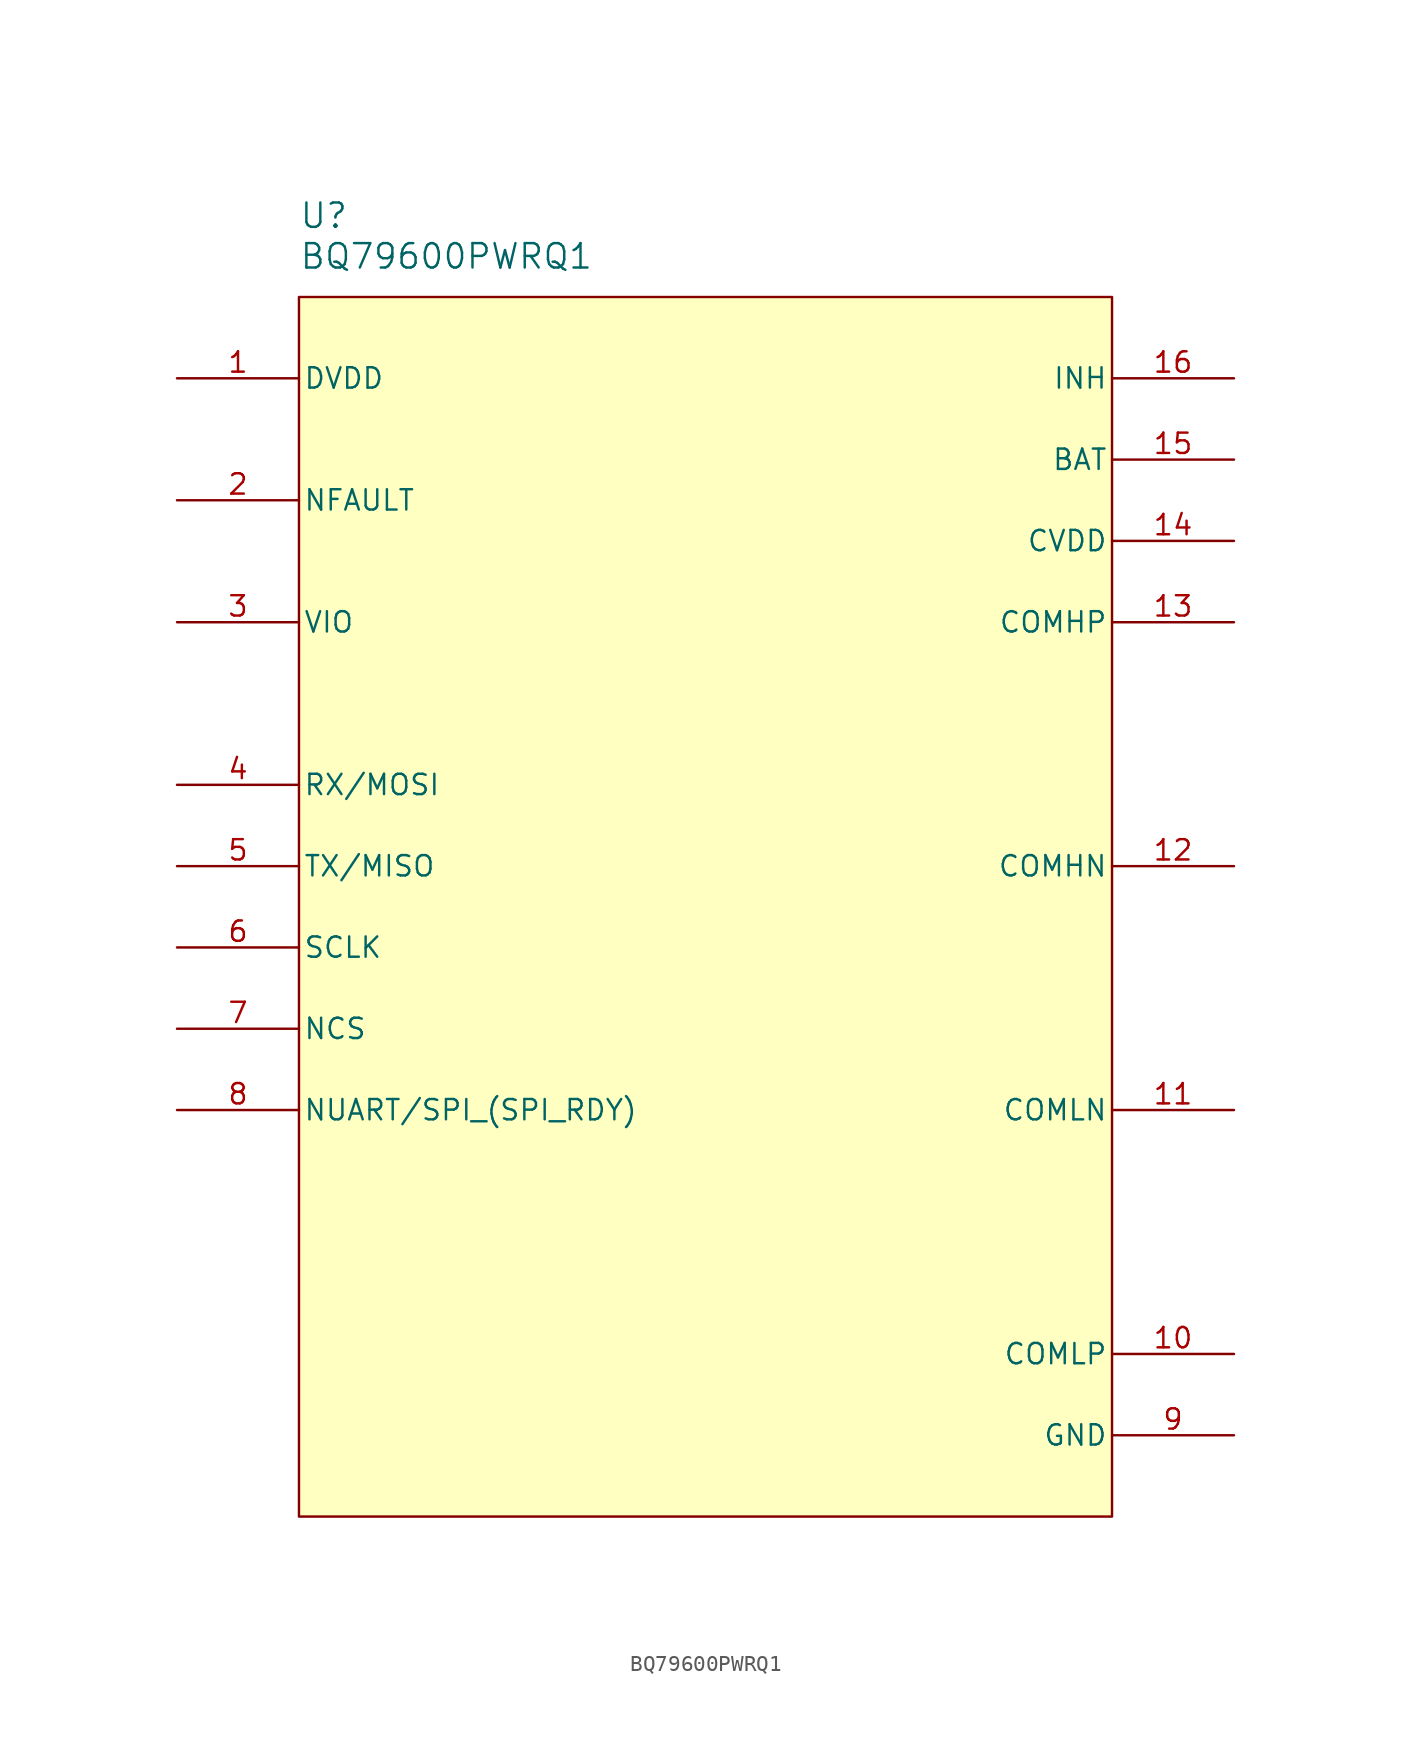
<source format=kicad_sym>
(kicad_symbol_lib
  (version 20231120)
  (generator "kicad_symbol_editor")
  (generator_version "8.0")
  (symbol "BQ79600PWRQ1"
    (pin_names
      (offset 0.254))
    (property "Reference" "U"
      (at 0 81.28 0)
      (effects (font (size 1.524 1.524)) (justify left)))
    (property "Value" "BQ79600PWRQ1"
      (at 0 78.74 0)
      (effects (font (size 1.524 1.524)) (justify left)))
    (property "ki_locked" ""
      (at 0 0 0)
      (effects (font (size 1.27 1.27))))
    (symbol "BQ79600PWRQ1_0_1"
      (pin power_in line (at -7.62 71.12 0) (length 7.62) (name "DVDD" (effects (font (size 1.27 1.27)))) (number "1" (effects (font (size 1.27 1.27)))))
      (pin bidirectional line (at 58.42 10.16 180) (length 7.62) (name "COMLP" (effects (font (size 1.27 1.27)))) (number "10" (effects (font (size 1.27 1.27)))))
      (pin bidirectional line (at 58.42 25.4 180) (length 7.62) (name "COMLN" (effects (font (size 1.27 1.27)))) (number "11" (effects (font (size 1.27 1.27)))))
      (pin bidirectional line (at 58.42 40.64 180) (length 7.62) (name "COMHN" (effects (font (size 1.27 1.27)))) (number "12" (effects (font (size 1.27 1.27)))))
      (pin bidirectional line (at 58.42 55.88 180) (length 7.62) (name "COMHP" (effects (font (size 1.27 1.27)))) (number "13" (effects (font (size 1.27 1.27)))))
      (pin power_in line (at 58.42 60.96 180) (length 7.62) (name "CVDD" (effects (font (size 1.27 1.27)))) (number "14" (effects (font (size 1.27 1.27)))))
      (pin power_in line (at 58.42 66.04 180) (length 7.62) (name "BAT" (effects (font (size 1.27 1.27)))) (number "15" (effects (font (size 1.27 1.27)))))
      (pin output line (at 58.42 71.12 180) (length 7.62) (name "INH" (effects (font (size 1.27 1.27)))) (number "16" (effects (font (size 1.27 1.27)))))
      (pin output line (at -7.62 63.5 0) (length 7.62) (name "NFAULT" (effects (font (size 1.27 1.27)))) (number "2" (effects (font (size 1.27 1.27)))))
      (pin power_in line (at -7.62 55.88 0) (length 7.62) (name "VIO" (effects (font (size 1.27 1.27)))) (number "3" (effects (font (size 1.27 1.27)))))
      (pin input line (at -7.62 45.72 0) (length 7.62) (name "RX/MOSI" (effects (font (size 1.27 1.27)))) (number "4" (effects (font (size 1.27 1.27)))))
      (pin output line (at -7.62 40.64 0) (length 7.62) (name "TX/MISO" (effects (font (size 1.27 1.27)))) (number "5" (effects (font (size 1.27 1.27)))))
      (pin input line (at -7.62 35.56 0) (length 7.62) (name "SCLK" (effects (font (size 1.27 1.27)))) (number "6" (effects (font (size 1.27 1.27)))))
      (pin input line (at -7.62 30.48 0) (length 7.62) (name "NCS" (effects (font (size 1.27 1.27)))) (number "7" (effects (font (size 1.27 1.27)))))
      (pin bidirectional line (at -7.62 25.4 0) (length 7.62) (name "NUART/SPI_(SPI_RDY)" (effects (font (size 1.27 1.27)))) (number "8" (effects (font (size 1.27 1.27)))))
      (pin power_out line (at 58.42 5.08 180) (length 7.62) (name "GND" (effects (font (size 1.27 1.27)))) (number "9" (effects (font (size 1.27 1.27))))))
    (symbol "BQ79600PWRQ1_1_1"
      (rectangle (start 0 76.2) (end 50.8 0) (stroke (width 0) (type default)) (fill (type background))))))
</source>
